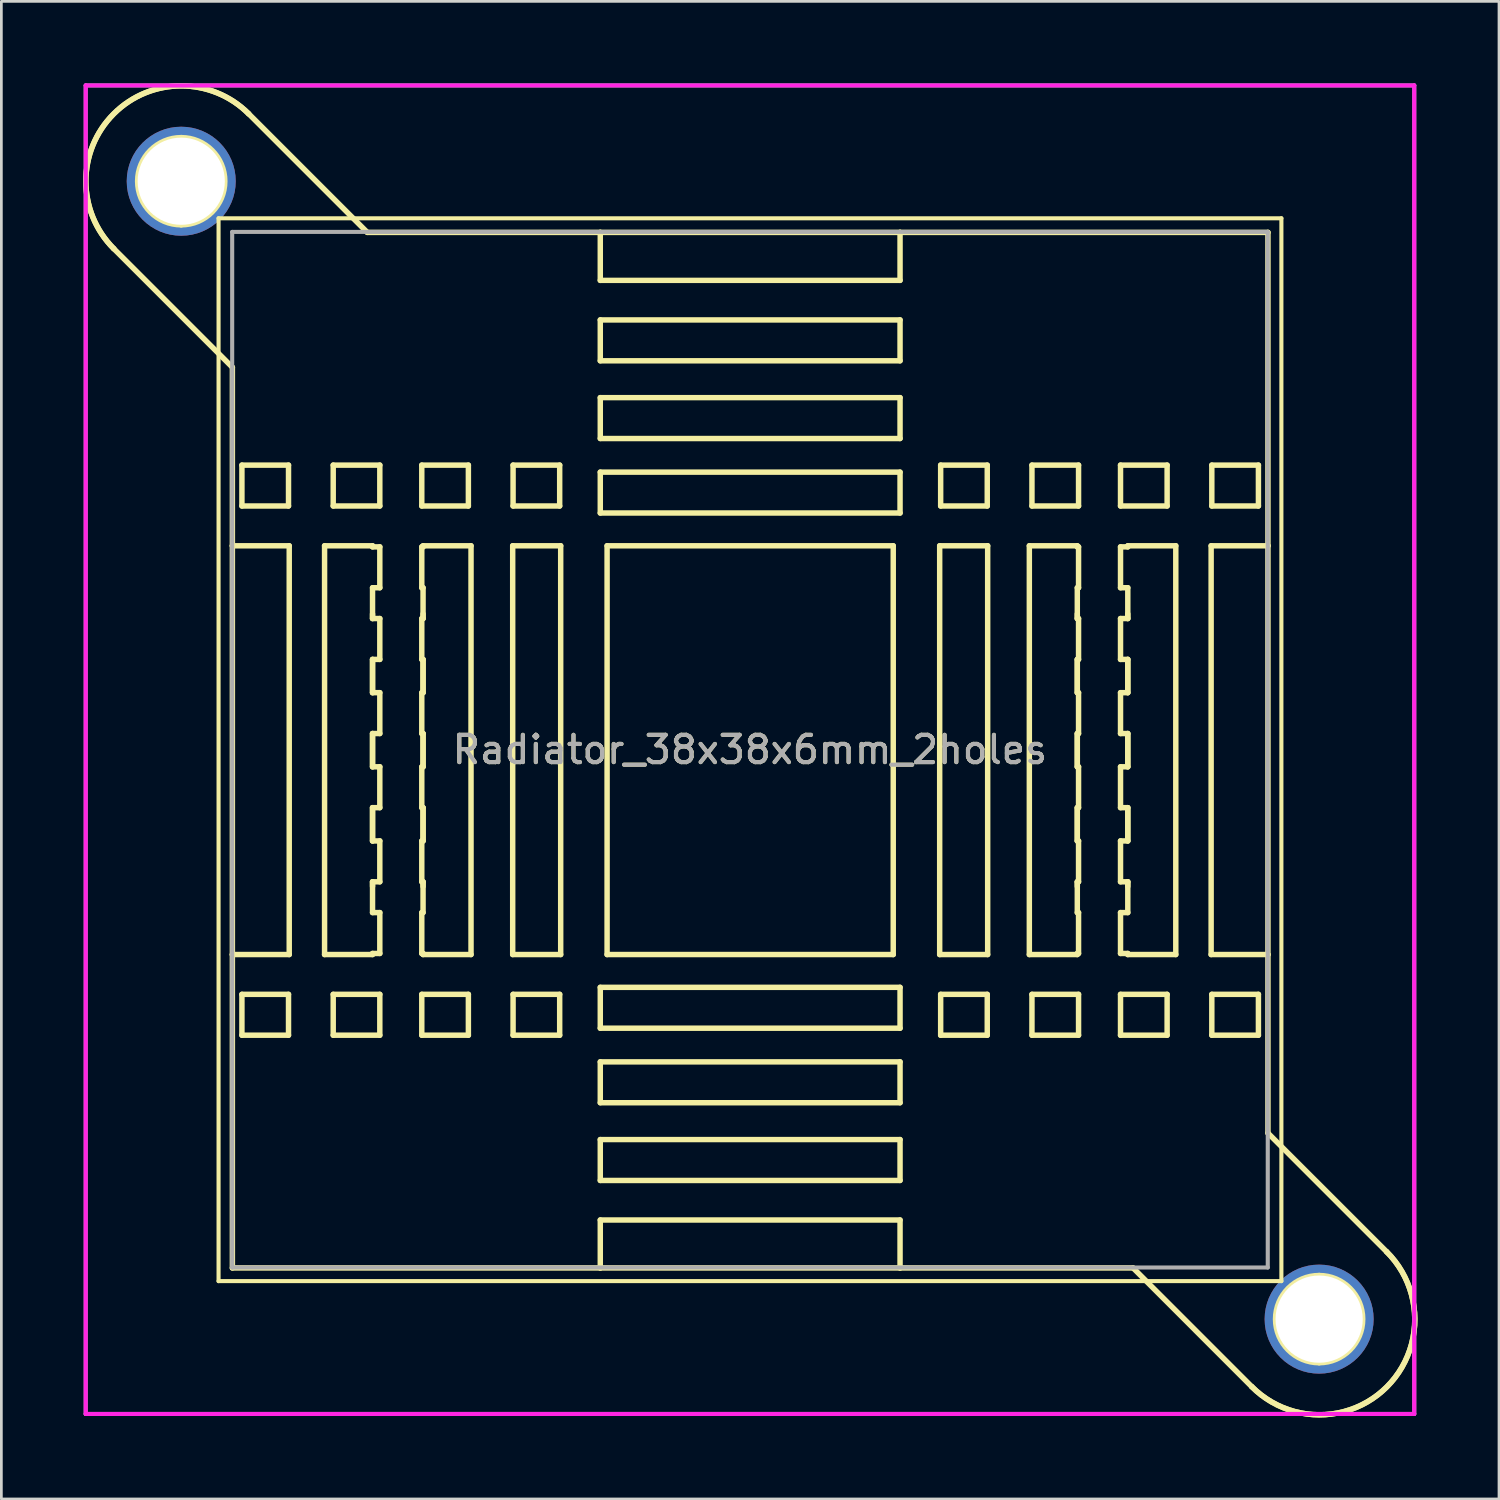
<source format=kicad_pcb>
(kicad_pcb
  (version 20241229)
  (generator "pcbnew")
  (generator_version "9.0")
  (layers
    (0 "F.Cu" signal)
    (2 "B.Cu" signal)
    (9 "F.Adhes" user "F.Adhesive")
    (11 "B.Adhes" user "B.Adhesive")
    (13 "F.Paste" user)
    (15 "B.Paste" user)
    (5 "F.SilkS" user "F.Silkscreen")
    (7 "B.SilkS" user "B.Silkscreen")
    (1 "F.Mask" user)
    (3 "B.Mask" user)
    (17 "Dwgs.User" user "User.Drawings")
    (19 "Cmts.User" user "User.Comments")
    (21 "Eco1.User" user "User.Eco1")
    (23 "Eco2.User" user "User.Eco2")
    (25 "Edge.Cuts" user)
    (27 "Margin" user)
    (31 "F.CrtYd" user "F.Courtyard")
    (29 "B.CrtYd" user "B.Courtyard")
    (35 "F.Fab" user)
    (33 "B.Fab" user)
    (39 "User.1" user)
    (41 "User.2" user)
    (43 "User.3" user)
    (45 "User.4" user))
  (footprint "Radiator_38x38x6mm_2holes"
    (layer "F.Cu")
    (at 24.47 24.46)
    (property "Reference" "Radiator_38x38x6mm_2holes" (at 0 0 0) (layer "F.SilkS") (effects (font (size 1 1) (thickness 0.15))))
    (attr through_hole)
    (fp_line (start -23.345 -18.385) (end -18.993 -14.033) (stroke (width 0.2) (type solid)) (layer "F.SilkS"))
    (fp_line (start -19.5 -19.5) (end 19.5 -19.5) (stroke (width 0.15) (type solid)) (layer "F.SilkS"))
    (fp_line (start -19.5 19.5) (end -19.5 -19.5) (stroke (width 0.15) (type solid)) (layer "F.SilkS"))
    (fp_line (start -18.993 -14.033) (end -18.993 -7.483) (stroke (width 0.2) (type solid)) (layer "F.SilkS"))
    (fp_line (start -18.993 -7.483) (end -18.993 7.517) (stroke (width 0.2) (type solid)) (layer "F.SilkS"))
    (fp_line (start -18.993 7.517) (end -18.993 19.017) (stroke (width 0.2) (type solid)) (layer "F.SilkS"))
    (fp_line (start -18.993 7.517) (end -16.907 7.517) (stroke (width 0.2) (type solid)) (layer "F.SilkS"))
    (fp_line (start -18.993 19.017) (end -5.493 19.017) (stroke (width 0.2) (type solid)) (layer "F.SilkS"))
    (fp_line (start -18.643 -10.443) (end -18.643 -8.943) (stroke (width 0.2) (type solid)) (layer "F.SilkS"))
    (fp_line (start -18.643 -8.943) (end -16.933 -8.943) (stroke (width 0.2) (type solid)) (layer "F.SilkS"))
    (fp_line (start -18.643 8.977) (end -18.643 10.477) (stroke (width 0.2) (type solid)) (layer "F.SilkS"))
    (fp_line (start -18.643 10.477) (end -16.933 10.477) (stroke (width 0.2) (type solid)) (layer "F.SilkS"))
    (fp_line (start -16.933 -10.443) (end -18.643 -10.443) (stroke (width 0.2) (type solid)) (layer "F.SilkS"))
    (fp_line (start -16.933 -8.943) (end -16.933 -10.443) (stroke (width 0.2) (type solid)) (layer "F.SilkS"))
    (fp_line (start -16.933 8.977) (end -18.643 8.977) (stroke (width 0.2) (type solid)) (layer "F.SilkS"))
    (fp_line (start -16.933 10.477) (end -16.933 8.977) (stroke (width 0.2) (type solid)) (layer "F.SilkS"))
    (fp_line (start -16.907 -7.483) (end -18.993 -7.483) (stroke (width 0.2) (type solid)) (layer "F.SilkS"))
    (fp_line (start -16.907 7.517) (end -16.907 -7.483) (stroke (width 0.2) (type solid)) (layer "F.SilkS"))
    (fp_line (start -15.61 -7.483) (end -15.61 7.517) (stroke (width 0.2) (type solid)) (layer "F.SilkS"))
    (fp_line (start -15.61 7.517) (end -13.85 7.517) (stroke (width 0.2) (type solid)) (layer "F.SilkS"))
    (fp_line (start -15.293 -10.443) (end -15.293 -8.943) (stroke (width 0.2) (type solid)) (layer "F.SilkS"))
    (fp_line (start -15.293 -8.943) (end -13.583 -8.943) (stroke (width 0.2) (type solid)) (layer "F.SilkS"))
    (fp_line (start -15.293 8.977) (end -15.293 10.477) (stroke (width 0.2) (type solid)) (layer "F.SilkS"))
    (fp_line (start -15.293 10.477) (end -13.583 10.477) (stroke (width 0.2) (type solid)) (layer "F.SilkS"))
    (fp_line (start -14.043 -18.983) (end -18.395 -23.335) (stroke (width 0.2) (type solid)) (layer "F.SilkS"))
    (fp_line (start -13.85 -7.483) (end -15.61 -7.483) (stroke (width 0.2) (type solid)) (layer "F.SilkS"))
    (fp_line (start -13.85 -7.443) (end -13.85 -7.483) (stroke (width 0.2) (type solid)) (layer "F.SilkS"))
    (fp_line (start -13.85 -5.943) (end -13.583 -5.943) (stroke (width 0.2) (type solid)) (layer "F.SilkS"))
    (fp_line (start -13.85 -4.983) (end -13.85 -4.813) (stroke (width 0.2) (type solid)) (layer "F.SilkS"))
    (fp_line (start -13.85 -4.813) (end -13.85 -5.943) (stroke (width 0.2) (type solid)) (layer "F.SilkS"))
    (fp_line (start -13.85 -3.313) (end -13.85 -2.093) (stroke (width 0.2) (type solid)) (layer "F.SilkS"))
    (fp_line (start -13.85 -3.313) (end -13.583 -3.313) (stroke (width 0.2) (type solid)) (layer "F.SilkS"))
    (fp_line (start -13.85 -2.093) (end -13.85 -3.313) (stroke (width 0.2) (type solid)) (layer "F.SilkS"))
    (fp_line (start -13.85 -0.593) (end -13.85 0.627) (stroke (width 0.2) (type solid)) (layer "F.SilkS"))
    (fp_line (start -13.85 -0.593) (end -13.583 -0.593) (stroke (width 0.2) (type solid)) (layer "F.SilkS"))
    (fp_line (start -13.85 0.627) (end -13.85 -0.593) (stroke (width 0.2) (type solid)) (layer "F.SilkS"))
    (fp_line (start -13.85 2.127) (end -13.85 3.347) (stroke (width 0.2) (type solid)) (layer "F.SilkS"))
    (fp_line (start -13.85 2.127) (end -13.583 2.127) (stroke (width 0.2) (type solid)) (layer "F.SilkS"))
    (fp_line (start -13.85 3.347) (end -13.85 2.127) (stroke (width 0.2) (type solid)) (layer "F.SilkS"))
    (fp_line (start -13.85 4.847) (end -13.85 5.017) (stroke (width 0.2) (type solid)) (layer "F.SilkS"))
    (fp_line (start -13.85 4.847) (end -13.583 4.847) (stroke (width 0.2) (type solid)) (layer "F.SilkS"))
    (fp_line (start -13.85 5.977) (end -13.85 4.847) (stroke (width 0.2) (type solid)) (layer "F.SilkS"))
    (fp_line (start -13.85 7.477) (end -13.583 7.477) (stroke (width 0.2) (type solid)) (layer "F.SilkS"))
    (fp_line (start -13.85 7.517) (end -13.85 7.477) (stroke (width 0.2) (type solid)) (layer "F.SilkS"))
    (fp_line (start -13.583 -10.443) (end -15.293 -10.443) (stroke (width 0.2) (type solid)) (layer "F.SilkS"))
    (fp_line (start -13.583 -8.943) (end -13.583 -10.443) (stroke (width 0.2) (type solid)) (layer "F.SilkS"))
    (fp_line (start -13.583 -7.443) (end -13.85 -7.443) (stroke (width 0.2) (type solid)) (layer "F.SilkS"))
    (fp_line (start -13.583 -5.943) (end -13.583 -7.443) (stroke (width 0.2) (type solid)) (layer "F.SilkS"))
    (fp_line (start -13.583 -4.813) (end -13.85 -4.813) (stroke (width 0.2) (type solid)) (layer "F.SilkS"))
    (fp_line (start -13.583 -3.313) (end -13.583 -4.813) (stroke (width 0.2) (type solid)) (layer "F.SilkS"))
    (fp_line (start -13.583 -2.093) (end -13.85 -2.093) (stroke (width 0.2) (type solid)) (layer "F.SilkS"))
    (fp_line (start -13.583 -0.593) (end -13.583 -2.093) (stroke (width 0.2) (type solid)) (layer "F.SilkS"))
    (fp_line (start -13.583 0.627) (end -13.85 0.627) (stroke (width 0.2) (type solid)) (layer "F.SilkS"))
    (fp_line (start -13.583 2.127) (end -13.583 0.627) (stroke (width 0.2) (type solid)) (layer "F.SilkS"))
    (fp_line (start -13.583 3.347) (end -13.85 3.347) (stroke (width 0.2) (type solid)) (layer "F.SilkS"))
    (fp_line (start -13.583 4.847) (end -13.583 3.347) (stroke (width 0.2) (type solid)) (layer "F.SilkS"))
    (fp_line (start -13.583 5.977) (end -13.85 5.977) (stroke (width 0.2) (type solid)) (layer "F.SilkS"))
    (fp_line (start -13.583 7.477) (end -13.583 5.977) (stroke (width 0.2) (type solid)) (layer "F.SilkS"))
    (fp_line (start -13.583 8.977) (end -15.293 8.977) (stroke (width 0.2) (type solid)) (layer "F.SilkS"))
    (fp_line (start -13.583 10.477) (end -13.583 8.977) (stroke (width 0.2) (type solid)) (layer "F.SilkS"))
    (fp_line (start -12.043 -10.443) (end -12.043 -8.943) (stroke (width 0.2) (type solid)) (layer "F.SilkS"))
    (fp_line (start -12.043 -8.943) (end -10.333 -8.943) (stroke (width 0.2) (type solid)) (layer "F.SilkS"))
    (fp_line (start -12.043 -7.443) (end -12.043 -5.943) (stroke (width 0.2) (type solid)) (layer "F.SilkS"))
    (fp_line (start -12.043 -5.943) (end -11.996 -5.943) (stroke (width 0.2) (type solid)) (layer "F.SilkS"))
    (fp_line (start -12.043 -4.813) (end -12.043 -3.313) (stroke (width 0.2) (type solid)) (layer "F.SilkS"))
    (fp_line (start -12.043 -3.313) (end -11.996 -3.313) (stroke (width 0.2) (type solid)) (layer "F.SilkS"))
    (fp_line (start -12.043 -2.093) (end -12.043 -0.593) (stroke (width 0.2) (type solid)) (layer "F.SilkS"))
    (fp_line (start -12.043 -0.593) (end -11.996 -0.593) (stroke (width 0.2) (type solid)) (layer "F.SilkS"))
    (fp_line (start -12.043 0.627) (end -12.043 2.127) (stroke (width 0.2) (type solid)) (layer "F.SilkS"))
    (fp_line (start -12.043 2.127) (end -11.996 2.127) (stroke (width 0.2) (type solid)) (layer "F.SilkS"))
    (fp_line (start -12.043 3.347) (end -12.043 4.847) (stroke (width 0.2) (type solid)) (layer "F.SilkS"))
    (fp_line (start -12.043 4.847) (end -11.996 4.847) (stroke (width 0.2) (type solid)) (layer "F.SilkS"))
    (fp_line (start -12.043 5.977) (end -12.043 7.477) (stroke (width 0.2) (type solid)) (layer "F.SilkS"))
    (fp_line (start -12.043 7.477) (end -11.996 7.477) (stroke (width 0.2) (type solid)) (layer "F.SilkS"))
    (fp_line (start -12.043 8.977) (end -12.043 10.477) (stroke (width 0.2) (type solid)) (layer "F.SilkS"))
    (fp_line (start -12.043 10.477) (end -10.333 10.477) (stroke (width 0.2) (type solid)) (layer "F.SilkS"))
    (fp_line (start -11.996 -7.483) (end -11.996 -7.443) (stroke (width 0.2) (type solid)) (layer "F.SilkS"))
    (fp_line (start -11.996 -7.443) (end -12.043 -7.443) (stroke (width 0.2) (type solid)) (layer "F.SilkS"))
    (fp_line (start -11.996 -5.943) (end -11.996 -4.813) (stroke (width 0.2) (type solid)) (layer "F.SilkS"))
    (fp_line (start -11.996 -4.983) (end -11.996 -4.813) (stroke (width 0.2) (type solid)) (layer "F.SilkS"))
    (fp_line (start -11.996 -4.813) (end -12.043 -4.813) (stroke (width 0.2) (type solid)) (layer "F.SilkS"))
    (fp_line (start -11.996 -3.313) (end -11.996 -2.093) (stroke (width 0.2) (type solid)) (layer "F.SilkS"))
    (fp_line (start -11.996 -3.313) (end -11.996 -2.093) (stroke (width 0.2) (type solid)) (layer "F.SilkS"))
    (fp_line (start -11.996 -2.093) (end -12.043 -2.093) (stroke (width 0.2) (type solid)) (layer "F.SilkS"))
    (fp_line (start -11.996 -0.593) (end -11.996 0.627) (stroke (width 0.2) (type solid)) (layer "F.SilkS"))
    (fp_line (start -11.996 -0.593) (end -11.996 0.627) (stroke (width 0.2) (type solid)) (layer "F.SilkS"))
    (fp_line (start -11.996 0.627) (end -12.043 0.627) (stroke (width 0.2) (type solid)) (layer "F.SilkS"))
    (fp_line (start -11.996 2.127) (end -11.996 3.347) (stroke (width 0.2) (type solid)) (layer "F.SilkS"))
    (fp_line (start -11.996 2.127) (end -11.996 3.347) (stroke (width 0.2) (type solid)) (layer "F.SilkS"))
    (fp_line (start -11.996 3.347) (end -12.043 3.347) (stroke (width 0.2) (type solid)) (layer "F.SilkS"))
    (fp_line (start -11.996 4.847) (end -11.996 5.017) (stroke (width 0.2) (type solid)) (layer "F.SilkS"))
    (fp_line (start -11.996 4.847) (end -11.996 5.977) (stroke (width 0.2) (type solid)) (layer "F.SilkS"))
    (fp_line (start -11.996 5.977) (end -12.043 5.977) (stroke (width 0.2) (type solid)) (layer "F.SilkS"))
    (fp_line (start -11.996 7.477) (end -11.996 7.517) (stroke (width 0.2) (type solid)) (layer "F.SilkS"))
    (fp_line (start -11.996 7.517) (end -10.236 7.517) (stroke (width 0.2) (type solid)) (layer "F.SilkS"))
    (fp_line (start -10.333 -10.443) (end -12.043 -10.443) (stroke (width 0.2) (type solid)) (layer "F.SilkS"))
    (fp_line (start -10.333 -8.943) (end -10.333 -10.443) (stroke (width 0.2) (type solid)) (layer "F.SilkS"))
    (fp_line (start -10.333 8.977) (end -12.043 8.977) (stroke (width 0.2) (type solid)) (layer "F.SilkS"))
    (fp_line (start -10.333 10.477) (end -10.333 8.977) (stroke (width 0.2) (type solid)) (layer "F.SilkS"))
    (fp_line (start -10.236 -7.483) (end -11.996 -7.483) (stroke (width 0.2) (type solid)) (layer "F.SilkS"))
    (fp_line (start -10.236 7.517) (end -10.236 -7.483) (stroke (width 0.2) (type solid)) (layer "F.SilkS"))
    (fp_line (start -8.707 -7.483) (end -8.707 7.517) (stroke (width 0.2) (type solid)) (layer "F.SilkS"))
    (fp_line (start -8.707 7.517) (end -6.946 7.517) (stroke (width 0.2) (type solid)) (layer "F.SilkS"))
    (fp_line (start -8.693 -10.443) (end -8.693 -8.943) (stroke (width 0.2) (type solid)) (layer "F.SilkS"))
    (fp_line (start -8.693 -8.943) (end -6.983 -8.943) (stroke (width 0.2) (type solid)) (layer "F.SilkS"))
    (fp_line (start -8.693 8.977) (end -8.693 10.477) (stroke (width 0.2) (type solid)) (layer "F.SilkS"))
    (fp_line (start -8.693 10.477) (end -6.983 10.477) (stroke (width 0.2) (type solid)) (layer "F.SilkS"))
    (fp_line (start -6.983 -10.443) (end -8.693 -10.443) (stroke (width 0.2) (type solid)) (layer "F.SilkS"))
    (fp_line (start -6.983 -8.943) (end -6.983 -10.443) (stroke (width 0.2) (type solid)) (layer "F.SilkS"))
    (fp_line (start -6.983 8.977) (end -8.693 8.977) (stroke (width 0.2) (type solid)) (layer "F.SilkS"))
    (fp_line (start -6.983 10.477) (end -6.983 8.977) (stroke (width 0.2) (type solid)) (layer "F.SilkS"))
    (fp_line (start -6.946 -7.483) (end -8.707 -7.483) (stroke (width 0.2) (type solid)) (layer "F.SilkS"))
    (fp_line (start -6.946 7.517) (end -6.946 -7.483) (stroke (width 0.2) (type solid)) (layer "F.SilkS"))
    (fp_line (start -5.493 -18.983) (end -14.043 -18.983) (stroke (width 0.2) (type solid)) (layer "F.SilkS"))
    (fp_line (start -5.493 -18.983) (end -5.493 -17.222) (stroke (width 0.2) (type solid)) (layer "F.SilkS"))
    (fp_line (start -5.493 -17.222) (end 5.507 -17.222) (stroke (width 0.2) (type solid)) (layer "F.SilkS"))
    (fp_line (start -5.493 -15.771) (end -5.493 -14.271) (stroke (width 0.2) (type solid)) (layer "F.SilkS"))
    (fp_line (start -5.493 -14.271) (end 5.507 -14.271) (stroke (width 0.2) (type solid)) (layer "F.SilkS"))
    (fp_line (start -5.493 -12.919) (end -5.493 -11.419) (stroke (width 0.2) (type solid)) (layer "F.SilkS"))
    (fp_line (start -5.493 -11.419) (end 5.507 -11.419) (stroke (width 0.2) (type solid)) (layer "F.SilkS"))
    (fp_line (start -5.493 -10.185) (end -5.493 -8.685) (stroke (width 0.2) (type solid)) (layer "F.SilkS"))
    (fp_line (start -5.493 -8.685) (end 5.507 -8.685) (stroke (width 0.2) (type solid)) (layer "F.SilkS"))
    (fp_line (start -5.493 8.72) (end -5.493 10.22) (stroke (width 0.2) (type solid)) (layer "F.SilkS"))
    (fp_line (start -5.493 10.22) (end 5.507 10.22) (stroke (width 0.2) (type solid)) (layer "F.SilkS"))
    (fp_line (start -5.493 11.454) (end -5.493 12.954) (stroke (width 0.2) (type solid)) (layer "F.SilkS"))
    (fp_line (start -5.493 12.954) (end 5.507 12.954) (stroke (width 0.2) (type solid)) (layer "F.SilkS"))
    (fp_line (start -5.493 14.306) (end -5.493 15.806) (stroke (width 0.2) (type solid)) (layer "F.SilkS"))
    (fp_line (start -5.493 15.806) (end 5.507 15.806) (stroke (width 0.2) (type solid)) (layer "F.SilkS"))
    (fp_line (start -5.493 17.257) (end -5.493 19.017) (stroke (width 0.2) (type solid)) (layer "F.SilkS"))
    (fp_line (start -5.493 19.017) (end 5.507 19.017) (stroke (width 0.2) (type solid)) (layer "F.SilkS"))
    (fp_line (start -5.243 -7.483) (end -5.243 7.517) (stroke (width 0.2) (type solid)) (layer "F.SilkS"))
    (fp_line (start -5.243 7.517) (end 5.257 7.517) (stroke (width 0.2) (type solid)) (layer "F.SilkS"))
    (fp_line (start 5.257 -7.483) (end -5.243 -7.483) (stroke (width 0.2) (type solid)) (layer "F.SilkS"))
    (fp_line (start 5.257 7.517) (end 5.257 -7.483) (stroke (width 0.2) (type solid)) (layer "F.SilkS"))
    (fp_line (start 5.507 -18.983) (end -5.493 -18.983) (stroke (width 0.2) (type solid)) (layer "F.SilkS"))
    (fp_line (start 5.507 -17.222) (end 5.507 -18.983) (stroke (width 0.2) (type solid)) (layer "F.SilkS"))
    (fp_line (start 5.507 -15.771) (end -5.493 -15.771) (stroke (width 0.2) (type solid)) (layer "F.SilkS"))
    (fp_line (start 5.507 -14.271) (end 5.507 -15.771) (stroke (width 0.2) (type solid)) (layer "F.SilkS"))
    (fp_line (start 5.507 -12.919) (end -5.493 -12.919) (stroke (width 0.2) (type solid)) (layer "F.SilkS"))
    (fp_line (start 5.507 -11.419) (end 5.507 -12.919) (stroke (width 0.2) (type solid)) (layer "F.SilkS"))
    (fp_line (start 5.507 -10.185) (end -5.493 -10.185) (stroke (width 0.2) (type solid)) (layer "F.SilkS"))
    (fp_line (start 5.507 -8.685) (end 5.507 -10.185) (stroke (width 0.2) (type solid)) (layer "F.SilkS"))
    (fp_line (start 5.507 8.72) (end -5.493 8.72) (stroke (width 0.2) (type solid)) (layer "F.SilkS"))
    (fp_line (start 5.507 10.22) (end 5.507 8.72) (stroke (width 0.2) (type solid)) (layer "F.SilkS"))
    (fp_line (start 5.507 11.454) (end -5.493 11.454) (stroke (width 0.2) (type solid)) (layer "F.SilkS"))
    (fp_line (start 5.507 12.954) (end 5.507 11.454) (stroke (width 0.2) (type solid)) (layer "F.SilkS"))
    (fp_line (start 5.507 14.306) (end -5.493 14.306) (stroke (width 0.2) (type solid)) (layer "F.SilkS"))
    (fp_line (start 5.507 15.806) (end 5.507 14.306) (stroke (width 0.2) (type solid)) (layer "F.SilkS"))
    (fp_line (start 5.507 17.257) (end -5.493 17.257) (stroke (width 0.2) (type solid)) (layer "F.SilkS"))
    (fp_line (start 5.507 19.017) (end 5.507 17.257) (stroke (width 0.2) (type solid)) (layer "F.SilkS"))
    (fp_line (start 5.507 19.017) (end 14.058 19.017) (stroke (width 0.2) (type solid)) (layer "F.SilkS"))
    (fp_line (start 6.961 -7.483) (end 6.961 7.517) (stroke (width 0.2) (type solid)) (layer "F.SilkS"))
    (fp_line (start 6.961 7.517) (end 8.722 7.517) (stroke (width 0.2) (type solid)) (layer "F.SilkS"))
    (fp_line (start 6.997 -10.443) (end 6.997 -8.943) (stroke (width 0.2) (type solid)) (layer "F.SilkS"))
    (fp_line (start 6.997 -8.943) (end 8.707 -8.943) (stroke (width 0.2) (type solid)) (layer "F.SilkS"))
    (fp_line (start 6.997 8.977) (end 6.997 10.477) (stroke (width 0.2) (type solid)) (layer "F.SilkS"))
    (fp_line (start 6.997 10.477) (end 8.707 10.477) (stroke (width 0.2) (type solid)) (layer "F.SilkS"))
    (fp_line (start 8.707 -10.443) (end 6.997 -10.443) (stroke (width 0.2) (type solid)) (layer "F.SilkS"))
    (fp_line (start 8.707 -8.943) (end 8.707 -10.443) (stroke (width 0.2) (type solid)) (layer "F.SilkS"))
    (fp_line (start 8.707 8.977) (end 6.997 8.977) (stroke (width 0.2) (type solid)) (layer "F.SilkS"))
    (fp_line (start 8.707 10.477) (end 8.707 8.977) (stroke (width 0.2) (type solid)) (layer "F.SilkS"))
    (fp_line (start 8.722 -7.483) (end 6.961 -7.483) (stroke (width 0.2) (type solid)) (layer "F.SilkS"))
    (fp_line (start 8.722 7.517) (end 8.722 -7.483) (stroke (width 0.2) (type solid)) (layer "F.SilkS"))
    (fp_line (start 10.251 -7.483) (end 10.251 7.517) (stroke (width 0.2) (type solid)) (layer "F.SilkS"))
    (fp_line (start 10.251 7.517) (end 12.011 7.517) (stroke (width 0.2) (type solid)) (layer "F.SilkS"))
    (fp_line (start 10.347 -10.443) (end 10.347 -8.943) (stroke (width 0.2) (type solid)) (layer "F.SilkS"))
    (fp_line (start 10.347 -8.943) (end 12.057 -8.943) (stroke (width 0.2) (type solid)) (layer "F.SilkS"))
    (fp_line (start 10.347 8.977) (end 10.347 10.477) (stroke (width 0.2) (type solid)) (layer "F.SilkS"))
    (fp_line (start 10.347 10.477) (end 12.057 10.477) (stroke (width 0.2) (type solid)) (layer "F.SilkS"))
    (fp_line (start 12.011 -7.483) (end 10.251 -7.483) (stroke (width 0.2) (type solid)) (layer "F.SilkS"))
    (fp_line (start 12.011 -7.443) (end 12.011 -7.483) (stroke (width 0.2) (type solid)) (layer "F.SilkS"))
    (fp_line (start 12.011 -5.943) (end 12.057 -5.943) (stroke (width 0.2) (type solid)) (layer "F.SilkS"))
    (fp_line (start 12.011 -4.983) (end 12.011 -4.813) (stroke (width 0.2) (type solid)) (layer "F.SilkS"))
    (fp_line (start 12.011 -4.813) (end 12.011 -5.943) (stroke (width 0.2) (type solid)) (layer "F.SilkS"))
    (fp_line (start 12.011 -3.313) (end 12.011 -2.093) (stroke (width 0.2) (type solid)) (layer "F.SilkS"))
    (fp_line (start 12.011 -3.313) (end 12.057 -3.313) (stroke (width 0.2) (type solid)) (layer "F.SilkS"))
    (fp_line (start 12.011 -2.093) (end 12.011 -3.313) (stroke (width 0.2) (type solid)) (layer "F.SilkS"))
    (fp_line (start 12.011 -0.593) (end 12.011 0.627) (stroke (width 0.2) (type solid)) (layer "F.SilkS"))
    (fp_line (start 12.011 -0.593) (end 12.057 -0.593) (stroke (width 0.2) (type solid)) (layer "F.SilkS"))
    (fp_line (start 12.011 0.627) (end 12.011 -0.593) (stroke (width 0.2) (type solid)) (layer "F.SilkS"))
    (fp_line (start 12.011 2.127) (end 12.011 3.347) (stroke (width 0.2) (type solid)) (layer "F.SilkS"))
    (fp_line (start 12.011 2.127) (end 12.057 2.127) (stroke (width 0.2) (type solid)) (layer "F.SilkS"))
    (fp_line (start 12.011 3.347) (end 12.011 2.127) (stroke (width 0.2) (type solid)) (layer "F.SilkS"))
    (fp_line (start 12.011 4.847) (end 12.011 5.017) (stroke (width 0.2) (type solid)) (layer "F.SilkS"))
    (fp_line (start 12.011 4.847) (end 12.057 4.847) (stroke (width 0.2) (type solid)) (layer "F.SilkS"))
    (fp_line (start 12.011 5.977) (end 12.011 4.847) (stroke (width 0.2) (type solid)) (layer "F.SilkS"))
    (fp_line (start 12.011 7.477) (end 12.057 7.477) (stroke (width 0.2) (type solid)) (layer "F.SilkS"))
    (fp_line (start 12.011 7.517) (end 12.011 7.477) (stroke (width 0.2) (type solid)) (layer "F.SilkS"))
    (fp_line (start 12.057 -10.443) (end 10.347 -10.443) (stroke (width 0.2) (type solid)) (layer "F.SilkS"))
    (fp_line (start 12.057 -8.943) (end 12.057 -10.443) (stroke (width 0.2) (type solid)) (layer "F.SilkS"))
    (fp_line (start 12.057 -7.443) (end 12.011 -7.443) (stroke (width 0.2) (type solid)) (layer "F.SilkS"))
    (fp_line (start 12.057 -5.943) (end 12.057 -7.443) (stroke (width 0.2) (type solid)) (layer "F.SilkS"))
    (fp_line (start 12.057 -4.813) (end 12.011 -4.813) (stroke (width 0.2) (type solid)) (layer "F.SilkS"))
    (fp_line (start 12.057 -3.313) (end 12.057 -4.813) (stroke (width 0.2) (type solid)) (layer "F.SilkS"))
    (fp_line (start 12.057 -2.093) (end 12.011 -2.093) (stroke (width 0.2) (type solid)) (layer "F.SilkS"))
    (fp_line (start 12.057 -0.593) (end 12.057 -2.093) (stroke (width 0.2) (type solid)) (layer "F.SilkS"))
    (fp_line (start 12.057 0.627) (end 12.011 0.627) (stroke (width 0.2) (type solid)) (layer "F.SilkS"))
    (fp_line (start 12.057 2.127) (end 12.057 0.627) (stroke (width 0.2) (type solid)) (layer "F.SilkS"))
    (fp_line (start 12.057 3.347) (end 12.011 3.347) (stroke (width 0.2) (type solid)) (layer "F.SilkS"))
    (fp_line (start 12.057 4.847) (end 12.057 3.347) (stroke (width 0.2) (type solid)) (layer "F.SilkS"))
    (fp_line (start 12.057 5.977) (end 12.011 5.977) (stroke (width 0.2) (type solid)) (layer "F.SilkS"))
    (fp_line (start 12.057 7.477) (end 12.057 5.977) (stroke (width 0.2) (type solid)) (layer "F.SilkS"))
    (fp_line (start 12.057 8.977) (end 10.347 8.977) (stroke (width 0.2) (type solid)) (layer "F.SilkS"))
    (fp_line (start 12.057 10.477) (end 12.057 8.977) (stroke (width 0.2) (type solid)) (layer "F.SilkS"))
    (fp_line (start 13.597 -10.443) (end 13.597 -8.943) (stroke (width 0.2) (type solid)) (layer "F.SilkS"))
    (fp_line (start 13.597 -8.943) (end 15.307 -8.943) (stroke (width 0.2) (type solid)) (layer "F.SilkS"))
    (fp_line (start 13.597 -7.443) (end 13.597 -5.943) (stroke (width 0.2) (type solid)) (layer "F.SilkS"))
    (fp_line (start 13.597 -5.943) (end 13.864 -5.943) (stroke (width 0.2) (type solid)) (layer "F.SilkS"))
    (fp_line (start 13.597 -4.813) (end 13.597 -3.313) (stroke (width 0.2) (type solid)) (layer "F.SilkS"))
    (fp_line (start 13.597 -3.313) (end 13.864 -3.313) (stroke (width 0.2) (type solid)) (layer "F.SilkS"))
    (fp_line (start 13.597 -2.093) (end 13.597 -0.593) (stroke (width 0.2) (type solid)) (layer "F.SilkS"))
    (fp_line (start 13.597 -0.593) (end 13.864 -0.593) (stroke (width 0.2) (type solid)) (layer "F.SilkS"))
    (fp_line (start 13.597 0.627) (end 13.597 2.127) (stroke (width 0.2) (type solid)) (layer "F.SilkS"))
    (fp_line (start 13.597 2.127) (end 13.864 2.127) (stroke (width 0.2) (type solid)) (layer "F.SilkS"))
    (fp_line (start 13.597 3.347) (end 13.597 4.847) (stroke (width 0.2) (type solid)) (layer "F.SilkS"))
    (fp_line (start 13.597 4.847) (end 13.864 4.847) (stroke (width 0.2) (type solid)) (layer "F.SilkS"))
    (fp_line (start 13.597 5.977) (end 13.597 7.477) (stroke (width 0.2) (type solid)) (layer "F.SilkS"))
    (fp_line (start 13.597 7.477) (end 13.864 7.477) (stroke (width 0.2) (type solid)) (layer "F.SilkS"))
    (fp_line (start 13.597 8.977) (end 13.597 10.477) (stroke (width 0.2) (type solid)) (layer "F.SilkS"))
    (fp_line (start 13.597 10.477) (end 15.307 10.477) (stroke (width 0.2) (type solid)) (layer "F.SilkS"))
    (fp_line (start 13.864 -7.483) (end 13.864 -7.443) (stroke (width 0.2) (type solid)) (layer "F.SilkS"))
    (fp_line (start 13.864 -7.443) (end 13.597 -7.443) (stroke (width 0.2) (type solid)) (layer "F.SilkS"))
    (fp_line (start 13.864 -5.943) (end 13.864 -4.813) (stroke (width 0.2) (type solid)) (layer "F.SilkS"))
    (fp_line (start 13.864 -4.983) (end 13.864 -4.813) (stroke (width 0.2) (type solid)) (layer "F.SilkS"))
    (fp_line (start 13.864 -4.813) (end 13.597 -4.813) (stroke (width 0.2) (type solid)) (layer "F.SilkS"))
    (fp_line (start 13.864 -3.313) (end 13.864 -2.093) (stroke (width 0.2) (type solid)) (layer "F.SilkS"))
    (fp_line (start 13.864 -3.313) (end 13.864 -2.093) (stroke (width 0.2) (type solid)) (layer "F.SilkS"))
    (fp_line (start 13.864 -2.093) (end 13.597 -2.093) (stroke (width 0.2) (type solid)) (layer "F.SilkS"))
    (fp_line (start 13.864 -0.593) (end 13.864 0.627) (stroke (width 0.2) (type solid)) (layer "F.SilkS"))
    (fp_line (start 13.864 -0.593) (end 13.864 0.627) (stroke (width 0.2) (type solid)) (layer "F.SilkS"))
    (fp_line (start 13.864 0.627) (end 13.597 0.627) (stroke (width 0.2) (type solid)) (layer "F.SilkS"))
    (fp_line (start 13.864 2.127) (end 13.864 3.347) (stroke (width 0.2) (type solid)) (layer "F.SilkS"))
    (fp_line (start 13.864 2.127) (end 13.864 3.347) (stroke (width 0.2) (type solid)) (layer "F.SilkS"))
    (fp_line (start 13.864 3.347) (end 13.597 3.347) (stroke (width 0.2) (type solid)) (layer "F.SilkS"))
    (fp_line (start 13.864 4.847) (end 13.864 5.017) (stroke (width 0.2) (type solid)) (layer "F.SilkS"))
    (fp_line (start 13.864 4.847) (end 13.864 5.977) (stroke (width 0.2) (type solid)) (layer "F.SilkS"))
    (fp_line (start 13.864 5.977) (end 13.597 5.977) (stroke (width 0.2) (type solid)) (layer "F.SilkS"))
    (fp_line (start 13.864 7.477) (end 13.864 7.517) (stroke (width 0.2) (type solid)) (layer "F.SilkS"))
    (fp_line (start 13.864 7.517) (end 15.625 7.517) (stroke (width 0.2) (type solid)) (layer "F.SilkS"))
    (fp_line (start 14.058 19.017) (end 18.41 23.37) (stroke (width 0.2) (type solid)) (layer "F.SilkS"))
    (fp_line (start 15.307 -10.443) (end 13.597 -10.443) (stroke (width 0.2) (type solid)) (layer "F.SilkS"))
    (fp_line (start 15.307 -8.943) (end 15.307 -10.443) (stroke (width 0.2) (type solid)) (layer "F.SilkS"))
    (fp_line (start 15.307 8.977) (end 13.597 8.977) (stroke (width 0.2) (type solid)) (layer "F.SilkS"))
    (fp_line (start 15.307 10.477) (end 15.307 8.977) (stroke (width 0.2) (type solid)) (layer "F.SilkS"))
    (fp_line (start 15.625 -7.483) (end 13.864 -7.483) (stroke (width 0.2) (type solid)) (layer "F.SilkS"))
    (fp_line (start 15.625 7.517) (end 15.625 -7.483) (stroke (width 0.2) (type solid)) (layer "F.SilkS"))
    (fp_line (start 16.922 -7.483) (end 16.922 7.517) (stroke (width 0.2) (type solid)) (layer "F.SilkS"))
    (fp_line (start 16.922 7.517) (end 19.007 7.517) (stroke (width 0.2) (type solid)) (layer "F.SilkS"))
    (fp_line (start 16.947 -10.443) (end 16.947 -8.943) (stroke (width 0.2) (type solid)) (layer "F.SilkS"))
    (fp_line (start 16.947 -8.943) (end 18.657 -8.943) (stroke (width 0.2) (type solid)) (layer "F.SilkS"))
    (fp_line (start 16.947 8.977) (end 16.947 10.477) (stroke (width 0.2) (type solid)) (layer "F.SilkS"))
    (fp_line (start 16.947 10.477) (end 18.657 10.477) (stroke (width 0.2) (type solid)) (layer "F.SilkS"))
    (fp_line (start 18.657 -10.443) (end 16.947 -10.443) (stroke (width 0.2) (type solid)) (layer "F.SilkS"))
    (fp_line (start 18.657 -8.943) (end 18.657 -10.443) (stroke (width 0.2) (type solid)) (layer "F.SilkS"))
    (fp_line (start 18.657 8.977) (end 16.947 8.977) (stroke (width 0.2) (type solid)) (layer "F.SilkS"))
    (fp_line (start 18.657 10.477) (end 18.657 8.977) (stroke (width 0.2) (type solid)) (layer "F.SilkS"))
    (fp_line (start 19.007 -18.983) (end 5.507 -18.983) (stroke (width 0.2) (type solid)) (layer "F.SilkS"))
    (fp_line (start 19.007 -7.483) (end 16.922 -7.483) (stroke (width 0.2) (type solid)) (layer "F.SilkS"))
    (fp_line (start 19.007 -7.483) (end 19.007 -18.983) (stroke (width 0.2) (type solid)) (layer "F.SilkS"))
    (fp_line (start 19.007 7.517) (end 19.007 -7.483) (stroke (width 0.2) (type solid)) (layer "F.SilkS"))
    (fp_line (start 19.007 14.068) (end 19.007 7.517) (stroke (width 0.2) (type solid)) (layer "F.SilkS"))
    (fp_line (start 19.5 -19.5) (end 19.5 19.5) (stroke (width 0.15) (type solid)) (layer "F.SilkS"))
    (fp_line (start 19.5 19.5) (end -19.5 19.5) (stroke (width 0.15) (type solid)) (layer "F.SilkS"))
    (fp_line (start 23.36 18.42) (end 19.007 14.068) (stroke (width 0.2) (type solid)) (layer "F.SilkS"))
    (fp_arc (start -23.344874 -18.385127) (mid -23.344873 -23.334874) (end -18.395126 -23.334873) (stroke (width 0.2) (type solid)) (layer "F.SilkS"))
    (fp_arc (start -23.344874 -18.385127) (mid -23.344873 -23.334874) (end -18.395126 -23.334873) (stroke (width 0.2) (type solid)) (layer "F.SilkS"))
    (fp_arc (start -20.87 -22.46) (mid -19.27 -20.86) (end -20.87 -19.26) (stroke (width 0.2) (type solid)) (layer "F.SilkS"))
    (fp_arc (start -20.87 -19.26) (mid -22.47 -20.86) (end -20.87 -22.46) (stroke (width 0.2) (type solid)) (layer "F.SilkS"))
    (fp_arc (start 20.884656 19.294656) (mid 22.484656 20.894656) (end 20.884656 22.494656) (stroke (width 0.2) (type solid)) (layer "F.SilkS"))
    (fp_arc (start 20.884656 22.494656) (mid 19.284656 20.894656) (end 20.884656 19.294656) (stroke (width 0.2) (type solid)) (layer "F.SilkS"))
    (fp_arc (start 23.35953 18.419783) (mid 23.359529 23.36953) (end 18.409782 23.369529) (stroke (width 0.2) (type solid)) (layer "F.SilkS"))
    (fp_arc (start 23.35953 18.419783) (mid 23.359529 23.36953) (end 18.409782 23.369529) (stroke (width 0.2) (type solid)) (layer "F.SilkS"))
    (fp_line (start -24.375 -24.375) (end 24.375 -24.375) (stroke (width 0.15) (type solid)) (layer "F.CrtYd"))
    (fp_line (start -24.375 24.375) (end -24.375 -24.375) (stroke (width 0.15) (type solid)) (layer "F.CrtYd"))
    (fp_line (start 24.375 -24.375) (end 24.375 24.375) (stroke (width 0.15) (type solid)) (layer "F.CrtYd"))
    (fp_line (start 24.375 24.375) (end -24.375 24.375) (stroke (width 0.15) (type solid)) (layer "F.CrtYd"))
    (fp_line (start -24.375 -24.375) (end 24.375 -24.375) (stroke (width 0.15) (type solid)) (layer "F.Fab"))
    (fp_line (start -24.375 24.375) (end -24.375 -24.375) (stroke (width 0.15) (type solid)) (layer "F.Fab"))
    (fp_line (start -19 -19) (end 19 -19) (stroke (width 0.15) (type solid)) (layer "F.Fab"))
    (fp_line (start -19 19) (end -19 -19) (stroke (width 0.15) (type solid)) (layer "F.Fab"))
    (fp_line (start 19 -19) (end 19 19) (stroke (width 0.15) (type solid)) (layer "F.Fab"))
    (fp_line (start 19 19) (end -19 19) (stroke (width 0.15) (type solid)) (layer "F.Fab"))
    (fp_line (start 24.375 -24.375) (end 24.375 24.375) (stroke (width 0.15) (type solid)) (layer "F.Fab"))
    (fp_line (start 24.375 24.375) (end -24.375 24.375) (stroke (width 0.15) (type solid)) (layer "F.Fab"))
    (fp_text user "${REFERENCE}" (at 0 0 0) (layer "F.Fab") (effects (font (size 1 1) (thickness 0.15))))
    (pad "1" thru_hole circle (at -20.87 -20.86) (size 4 4) (drill 3.2) (layers "*.Cu" "*.Mask"))
    (pad "1" thru_hole circle (at 20.885 20.895) (size 4 4) (drill 3.2) (layers "*.Cu" "*.Mask")))
  (gr_rect
    (start -3 -3)
    (end 51.955 51.955)
    (stroke (width 0.1) (type default))
    (fill no)
    (layer "Edge.Cuts")))
</source>
